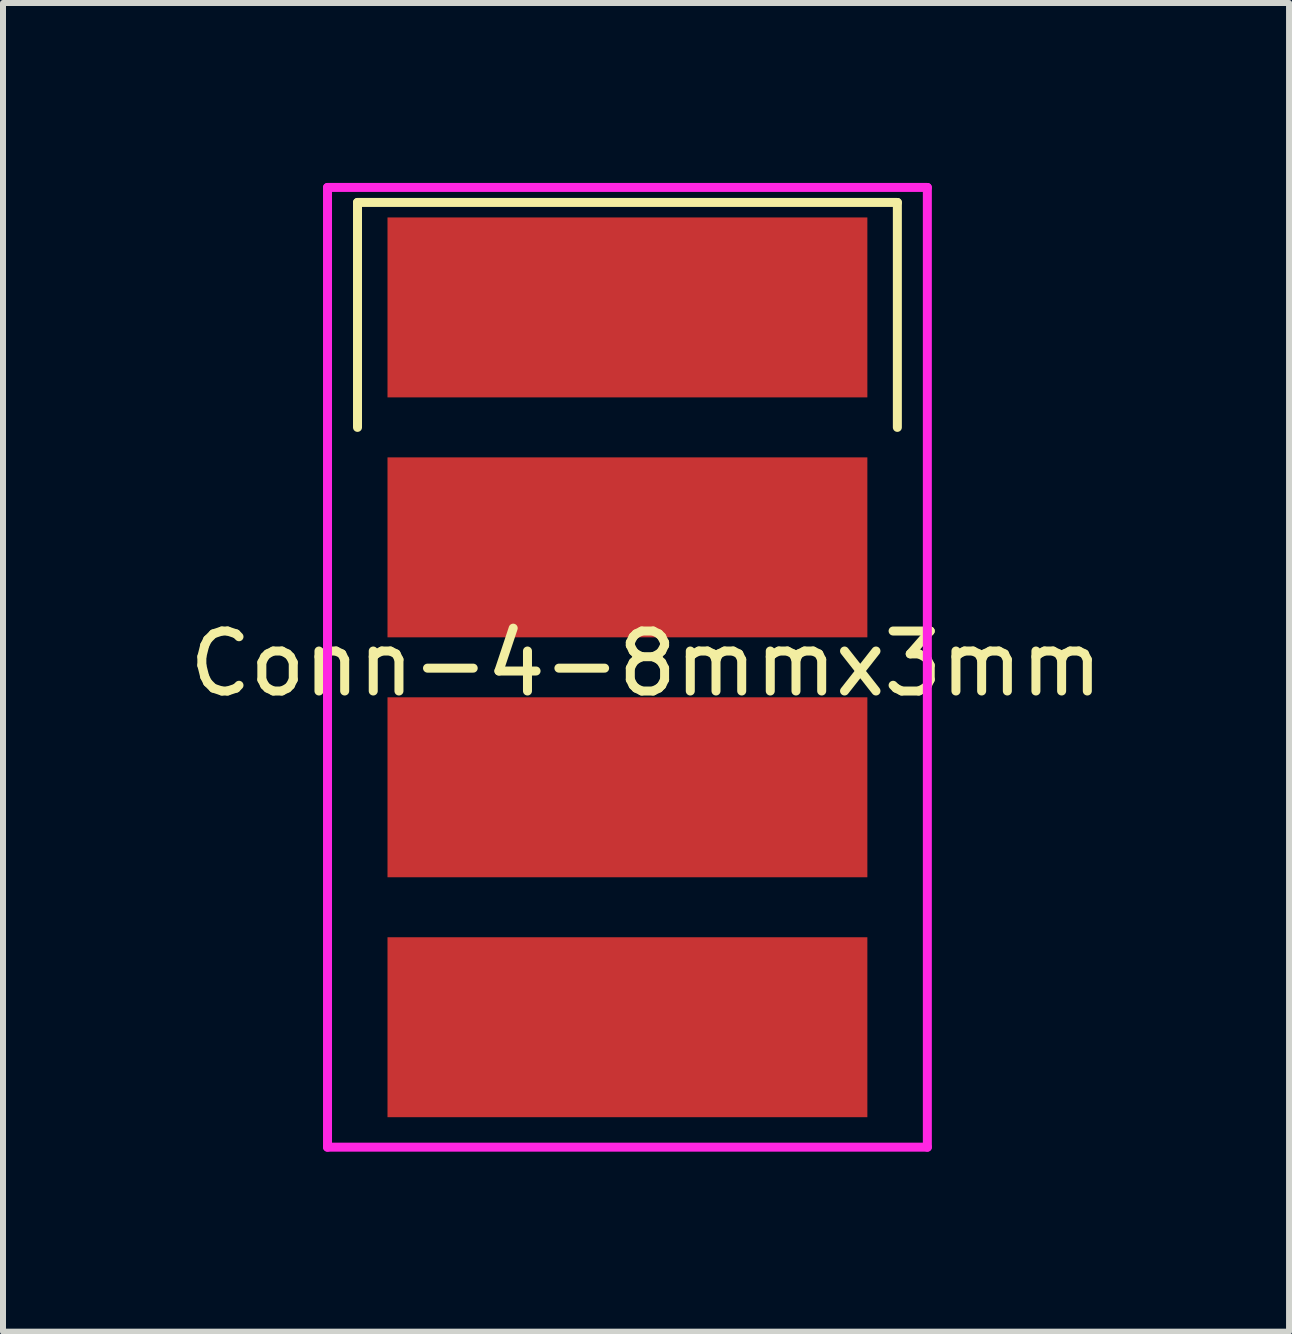
<source format=kicad_pcb>
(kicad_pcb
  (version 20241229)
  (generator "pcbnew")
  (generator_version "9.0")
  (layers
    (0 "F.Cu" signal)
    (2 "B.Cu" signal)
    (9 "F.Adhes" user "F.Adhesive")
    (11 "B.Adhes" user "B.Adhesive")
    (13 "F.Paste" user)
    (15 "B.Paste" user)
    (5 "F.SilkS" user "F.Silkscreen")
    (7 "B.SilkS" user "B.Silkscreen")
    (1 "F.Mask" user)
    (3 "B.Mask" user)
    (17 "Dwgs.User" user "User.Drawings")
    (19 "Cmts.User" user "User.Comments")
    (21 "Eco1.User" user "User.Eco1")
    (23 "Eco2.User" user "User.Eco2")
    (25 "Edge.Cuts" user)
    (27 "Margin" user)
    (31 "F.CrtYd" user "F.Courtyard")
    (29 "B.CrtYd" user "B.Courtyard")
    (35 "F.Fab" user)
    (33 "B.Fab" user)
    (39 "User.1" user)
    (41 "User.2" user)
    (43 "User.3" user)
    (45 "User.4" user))
  (footprint "Conn-4-8mmx3mm"
    (layer "F.Cu")
    (at 7.41 8.075)
    (property "Reference" "Conn-4-8mmx3mm" (at 0.31 -0.06 0) (layer "F.SilkS") (effects (font (size 1 1) (thickness 0.15))))
    (attr through_hole)
    (fp_line (start -4.5 -7.75) (end 4.5 -7.75) (stroke (width 0.15) (type solid)) (layer "F.SilkS"))
    (fp_line (start -4.5 -4) (end -4.5 -7.75) (stroke (width 0.15) (type solid)) (layer "F.SilkS"))
    (fp_line (start 4.5 -7.75) (end 4.5 -4) (stroke (width 0.15) (type solid)) (layer "F.SilkS"))
    (fp_line (start -5 -8) (end -5 8) (stroke (width 0.15) (type solid)) (layer "F.CrtYd"))
    (fp_line (start -5 8) (end 5 8) (stroke (width 0.15) (type solid)) (layer "F.CrtYd"))
    (fp_line (start 5 -8) (end -5 -8) (stroke (width 0.15) (type solid)) (layer "F.CrtYd"))
    (fp_line (start 5 8) (end 5 -8) (stroke (width 0.15) (type solid)) (layer "F.CrtYd"))
    (pad "1" smd rect (at 0 -6) (size 8 3) (layers "F.Cu" "F.Mask" "F.Paste"))
    (pad "2" smd rect (at 0 -2) (size 8 3) (layers "F.Cu" "F.Mask" "F.Paste"))
    (pad "3" smd rect (at 0 2) (size 8 3) (layers "F.Cu" "F.Mask" "F.Paste"))
    (pad "4" smd rect (at 0 6) (size 8 3) (layers "F.Cu" "F.Mask" "F.Paste")))
  (gr_rect
    (start -3 -3)
    (end 18.44 19.15)
    (stroke (width 0.1) (type default))
    (fill no)
    (layer "Edge.Cuts")))
</source>
